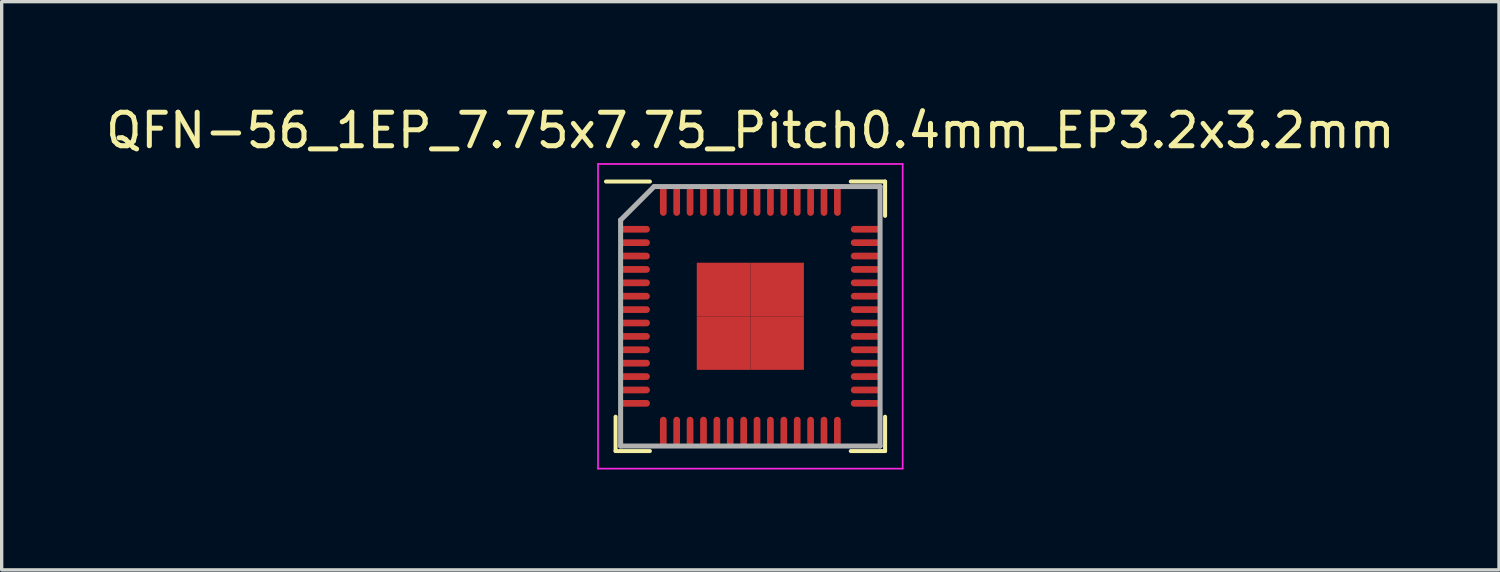
<source format=kicad_pcb>
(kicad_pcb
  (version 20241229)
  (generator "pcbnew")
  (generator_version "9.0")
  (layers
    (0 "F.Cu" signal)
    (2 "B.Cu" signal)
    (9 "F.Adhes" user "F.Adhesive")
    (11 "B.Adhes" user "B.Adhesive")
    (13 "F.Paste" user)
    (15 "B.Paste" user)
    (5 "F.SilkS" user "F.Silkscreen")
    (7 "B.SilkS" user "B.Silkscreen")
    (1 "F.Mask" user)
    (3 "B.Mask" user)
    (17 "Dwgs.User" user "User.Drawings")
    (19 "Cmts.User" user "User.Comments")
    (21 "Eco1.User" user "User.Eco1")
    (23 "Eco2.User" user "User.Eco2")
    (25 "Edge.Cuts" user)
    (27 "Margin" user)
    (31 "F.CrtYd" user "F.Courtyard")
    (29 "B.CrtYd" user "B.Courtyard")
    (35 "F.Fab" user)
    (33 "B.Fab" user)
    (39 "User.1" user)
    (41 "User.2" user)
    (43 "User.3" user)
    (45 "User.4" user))
  (footprint "QFN-56_1EP_7.75x7.75_Pitch0.4mm_EP3.2x3.2mm"
    (layer "F.Cu")
    (at 19.363 6.398)
    (property "Reference" "QFN-56_1EP_7.75x7.75_Pitch0.4mm_EP3.2x3.2mm" (at 0 -5.55 0) (layer "F.SilkS") (effects (font (size 1 1) (thickness 0.15))))
    (attr smd)
    (fp_line (start -4.025 4.025) (end -4.025 3) (stroke (width 0.12) (type solid)) (layer "F.SilkS"))
    (fp_line (start -3 -4.025) (end -4.312 -4.025) (stroke (width 0.12) (type solid)) (layer "F.SilkS"))
    (fp_line (start -3 4.025) (end -4.025 4.025) (stroke (width 0.12) (type solid)) (layer "F.SilkS"))
    (fp_line (start 3 -4.025) (end 4.025 -4.025) (stroke (width 0.12) (type solid)) (layer "F.SilkS"))
    (fp_line (start 3 4.025) (end 4.025 4.025) (stroke (width 0.12) (type solid)) (layer "F.SilkS"))
    (fp_line (start 4.025 -4.025) (end 4.025 -3) (stroke (width 0.12) (type solid)) (layer "F.SilkS"))
    (fp_line (start 4.025 4.025) (end 4.025 3) (stroke (width 0.12) (type solid)) (layer "F.SilkS"))
    (fp_line (start -4.55 -4.55) (end 4.55 -4.55) (stroke (width 0.05) (type solid)) (layer "F.CrtYd"))
    (fp_line (start -4.55 4.55) (end -4.55 -4.55) (stroke (width 0.05) (type solid)) (layer "F.CrtYd"))
    (fp_line (start 4.55 -4.55) (end 4.55 4.55) (stroke (width 0.05) (type solid)) (layer "F.CrtYd"))
    (fp_line (start 4.55 4.55) (end -4.55 4.55) (stroke (width 0.05) (type solid)) (layer "F.CrtYd"))
    (fp_line (start -3.875 -2.875) (end -3.875 3.875) (stroke (width 0.15) (type solid)) (layer "F.Fab"))
    (fp_line (start -3.875 3.875) (end 3.875 3.875) (stroke (width 0.15) (type solid)) (layer "F.Fab"))
    (fp_line (start -2.875 -3.875) (end -3.875 -2.875) (stroke (width 0.15) (type solid)) (layer "F.Fab"))
    (fp_line (start 3.875 -3.875) (end -2.875 -3.875) (stroke (width 0.15) (type solid)) (layer "F.Fab"))
    (fp_line (start 3.875 3.875) (end 3.875 -3.875) (stroke (width 0.15) (type solid)) (layer "F.Fab"))
    (pad "1" smd oval (at -3.438 -2.6 90) (size 0.2 0.875) (layers "F.Cu" "F.Mask" "F.Paste"))
    (pad "2" smd oval (at -3.438 -2.2 90) (size 0.2 0.875) (layers "F.Cu" "F.Mask" "F.Paste"))
    (pad "3" smd oval (at -3.438 -1.8 90) (size 0.2 0.875) (layers "F.Cu" "F.Mask" "F.Paste"))
    (pad "4" smd oval (at -3.438 -1.4 90) (size 0.2 0.875) (layers "F.Cu" "F.Mask" "F.Paste"))
    (pad "5" smd oval (at -3.438 -1 90) (size 0.2 0.875) (layers "F.Cu" "F.Mask" "F.Paste"))
    (pad "6" smd oval (at -3.438 -0.6 90) (size 0.2 0.875) (layers "F.Cu" "F.Mask" "F.Paste"))
    (pad "7" smd oval (at -3.438 -0.2 90) (size 0.2 0.875) (layers "F.Cu" "F.Mask" "F.Paste"))
    (pad "8" smd oval (at -3.438 0.2 90) (size 0.2 0.875) (layers "F.Cu" "F.Mask" "F.Paste"))
    (pad "9" smd oval (at -3.438 0.6 90) (size 0.2 0.875) (layers "F.Cu" "F.Mask" "F.Paste"))
    (pad "10" smd oval (at -3.438 1 90) (size 0.2 0.875) (layers "F.Cu" "F.Mask" "F.Paste"))
    (pad "11" smd oval (at -3.438 1.4 90) (size 0.2 0.875) (layers "F.Cu" "F.Mask" "F.Paste"))
    (pad "12" smd oval (at -3.438 1.8 90) (size 0.2 0.875) (layers "F.Cu" "F.Mask" "F.Paste"))
    (pad "13" smd oval (at -3.438 2.2 90) (size 0.2 0.875) (layers "F.Cu" "F.Mask" "F.Paste"))
    (pad "14" smd oval (at -3.438 2.6 90) (size 0.2 0.875) (layers "F.Cu" "F.Mask" "F.Paste"))
    (pad "15" smd oval (at -2.6 3.438) (size 0.2 0.875) (layers "F.Cu" "F.Mask" "F.Paste"))
    (pad "16" smd oval (at -2.2 3.438) (size 0.2 0.875) (layers "F.Cu" "F.Mask" "F.Paste"))
    (pad "17" smd oval (at -1.8 3.438) (size 0.2 0.875) (layers "F.Cu" "F.Mask" "F.Paste"))
    (pad "18" smd oval (at -1.4 3.438) (size 0.2 0.875) (layers "F.Cu" "F.Mask" "F.Paste"))
    (pad "19" smd oval (at -1 3.438) (size 0.2 0.875) (layers "F.Cu" "F.Mask" "F.Paste"))
    (pad "20" smd oval (at -0.6 3.438) (size 0.2 0.875) (layers "F.Cu" "F.Mask" "F.Paste"))
    (pad "21" smd oval (at -0.2 3.438) (size 0.2 0.875) (layers "F.Cu" "F.Mask" "F.Paste"))
    (pad "22" smd oval (at 0.2 3.438) (size 0.2 0.875) (layers "F.Cu" "F.Mask" "F.Paste"))
    (pad "23" smd oval (at 0.6 3.438) (size 0.2 0.875) (layers "F.Cu" "F.Mask" "F.Paste"))
    (pad "24" smd oval (at 1 3.438) (size 0.2 0.875) (layers "F.Cu" "F.Mask" "F.Paste"))
    (pad "25" smd oval (at 1.4 3.438) (size 0.2 0.875) (layers "F.Cu" "F.Mask" "F.Paste"))
    (pad "26" smd oval (at 1.8 3.438) (size 0.2 0.875) (layers "F.Cu" "F.Mask" "F.Paste"))
    (pad "27" smd oval (at 2.2 3.438) (size 0.2 0.875) (layers "F.Cu" "F.Mask" "F.Paste"))
    (pad "28" smd oval (at 2.6 3.438) (size 0.2 0.875) (layers "F.Cu" "F.Mask" "F.Paste"))
    (pad "29" smd oval (at 3.438 2.6 90) (size 0.2 0.875) (layers "F.Cu" "F.Mask" "F.Paste"))
    (pad "30" smd oval (at 3.438 2.2 90) (size 0.2 0.875) (layers "F.Cu" "F.Mask" "F.Paste"))
    (pad "31" smd oval (at 3.438 1.8 90) (size 0.2 0.875) (layers "F.Cu" "F.Mask" "F.Paste"))
    (pad "32" smd oval (at 3.438 1.4 90) (size 0.2 0.875) (layers "F.Cu" "F.Mask" "F.Paste"))
    (pad "33" smd oval (at 3.438 1 90) (size 0.2 0.875) (layers "F.Cu" "F.Mask" "F.Paste"))
    (pad "34" smd oval (at 3.438 0.6 90) (size 0.2 0.875) (layers "F.Cu" "F.Mask" "F.Paste"))
    (pad "35" smd oval (at 3.438 0.2 90) (size 0.2 0.875) (layers "F.Cu" "F.Mask" "F.Paste"))
    (pad "36" smd oval (at 3.438 -0.2 90) (size 0.2 0.875) (layers "F.Cu" "F.Mask" "F.Paste"))
    (pad "37" smd oval (at 3.438 -0.6 90) (size 0.2 0.875) (layers "F.Cu" "F.Mask" "F.Paste"))
    (pad "38" smd oval (at 3.438 -1 90) (size 0.2 0.875) (layers "F.Cu" "F.Mask" "F.Paste"))
    (pad "39" smd oval (at 3.438 -1.4 90) (size 0.2 0.875) (layers "F.Cu" "F.Mask" "F.Paste"))
    (pad "40" smd oval (at 3.438 -1.8 90) (size 0.2 0.875) (layers "F.Cu" "F.Mask" "F.Paste"))
    (pad "41" smd oval (at 3.438 -2.2 90) (size 0.2 0.875) (layers "F.Cu" "F.Mask" "F.Paste"))
    (pad "42" smd oval (at 3.438 -2.6 90) (size 0.2 0.875) (layers "F.Cu" "F.Mask" "F.Paste"))
    (pad "43" smd oval (at 2.6 -3.438) (size 0.2 0.875) (layers "F.Cu" "F.Mask" "F.Paste"))
    (pad "44" smd oval (at 2.2 -3.438) (size 0.2 0.875) (layers "F.Cu" "F.Mask" "F.Paste"))
    (pad "45" smd oval (at 1.8 -3.438) (size 0.2 0.875) (layers "F.Cu" "F.Mask" "F.Paste"))
    (pad "46" smd oval (at 1.4 -3.438) (size 0.2 0.875) (layers "F.Cu" "F.Mask" "F.Paste"))
    (pad "47" smd oval (at 1 -3.438) (size 0.2 0.875) (layers "F.Cu" "F.Mask" "F.Paste"))
    (pad "48" smd oval (at 0.6 -3.438) (size 0.2 0.875) (layers "F.Cu" "F.Mask" "F.Paste"))
    (pad "49" smd oval (at 0.2 -3.438) (size 0.2 0.875) (layers "F.Cu" "F.Mask" "F.Paste"))
    (pad "50" smd oval (at -0.2 -3.438) (size 0.2 0.875) (layers "F.Cu" "F.Mask" "F.Paste"))
    (pad "51" smd oval (at -0.6 -3.438) (size 0.2 0.875) (layers "F.Cu" "F.Mask" "F.Paste"))
    (pad "52" smd oval (at -1 -3.438) (size 0.2 0.875) (layers "F.Cu" "F.Mask" "F.Paste"))
    (pad "53" smd oval (at -1.4 -3.438) (size 0.2 0.875) (layers "F.Cu" "F.Mask" "F.Paste"))
    (pad "54" smd oval (at -1.8 -3.438) (size 0.2 0.875) (layers "F.Cu" "F.Mask" "F.Paste"))
    (pad "55" smd oval (at -2.2 -3.438) (size 0.2 0.875) (layers "F.Cu" "F.Mask" "F.Paste"))
    (pad "56" smd oval (at -2.6 -3.438) (size 0.2 0.875) (layers "F.Cu" "F.Mask" "F.Paste"))
    (pad "57" smd rect (at -0.8 -0.8) (size 1.6 1.6) (layers "F.Cu" "F.Mask" "F.Paste"))
    (pad "57" smd rect (at -0.8 0.8) (size 1.6 1.6) (layers "F.Cu" "F.Mask" "F.Paste"))
    (pad "57" smd rect (at 0.8 -0.8) (size 1.6 1.6) (layers "F.Cu" "F.Mask" "F.Paste"))
    (pad "57" smd rect (at 0.8 0.8) (size 1.6 1.6) (layers "F.Cu" "F.Mask" "F.Paste")))
  (gr_rect
    (start -3 -3)
    (end 41.726 13.973)
    (stroke (width 0.1) (type default))
    (fill no)
    (layer "Edge.Cuts")))
</source>
